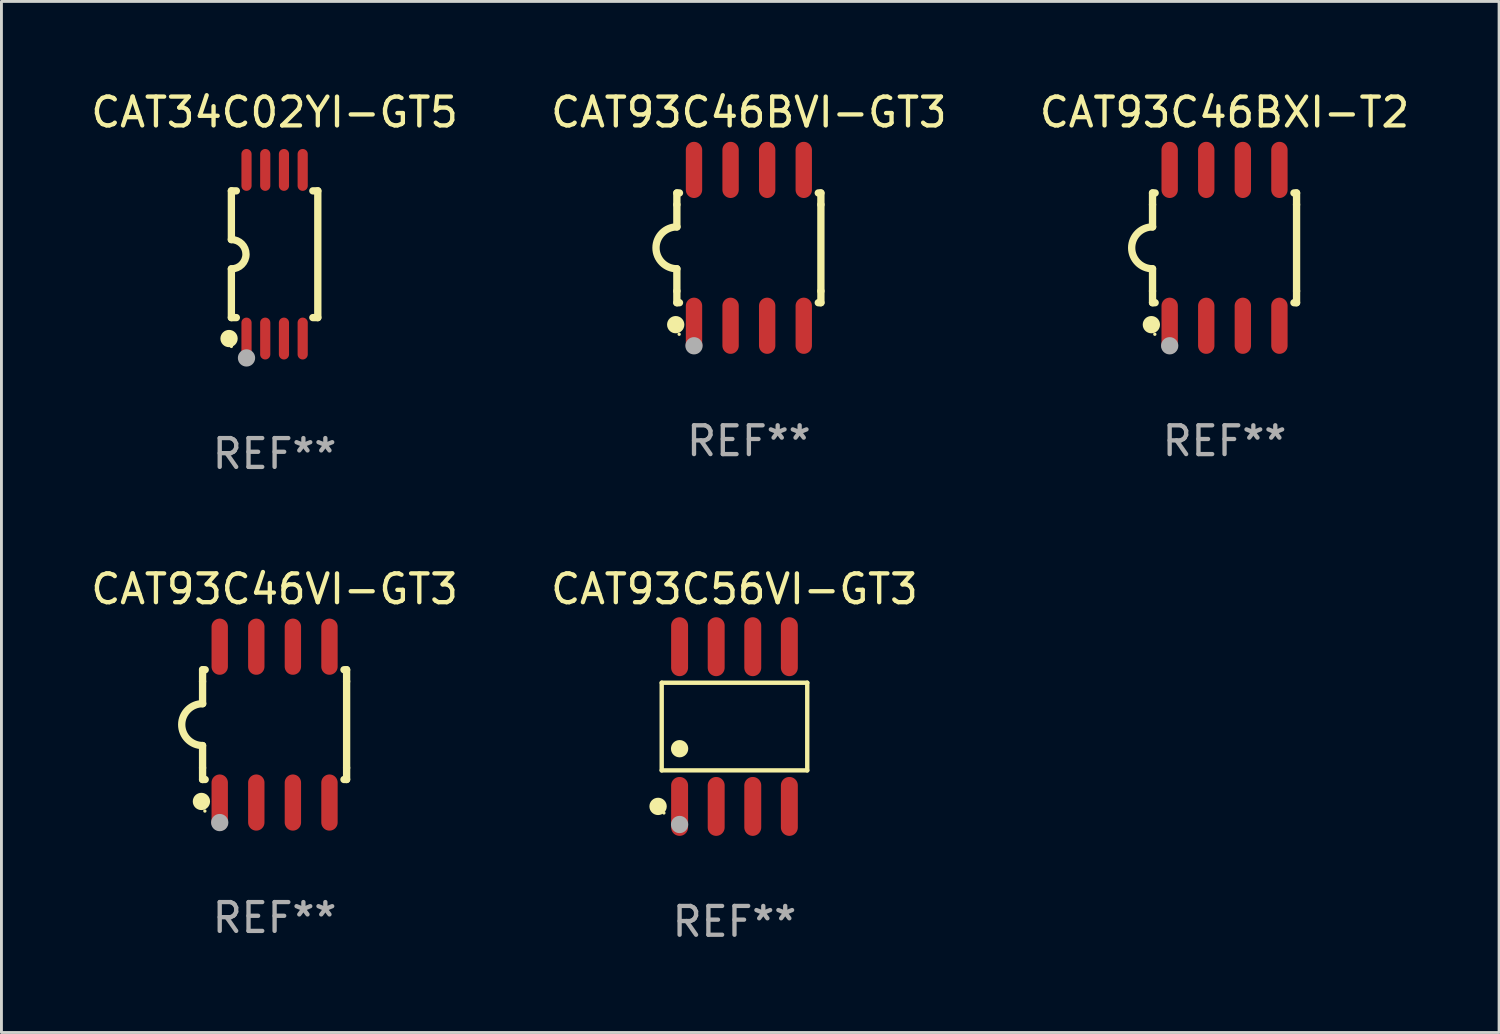
<source format=kicad_pcb>
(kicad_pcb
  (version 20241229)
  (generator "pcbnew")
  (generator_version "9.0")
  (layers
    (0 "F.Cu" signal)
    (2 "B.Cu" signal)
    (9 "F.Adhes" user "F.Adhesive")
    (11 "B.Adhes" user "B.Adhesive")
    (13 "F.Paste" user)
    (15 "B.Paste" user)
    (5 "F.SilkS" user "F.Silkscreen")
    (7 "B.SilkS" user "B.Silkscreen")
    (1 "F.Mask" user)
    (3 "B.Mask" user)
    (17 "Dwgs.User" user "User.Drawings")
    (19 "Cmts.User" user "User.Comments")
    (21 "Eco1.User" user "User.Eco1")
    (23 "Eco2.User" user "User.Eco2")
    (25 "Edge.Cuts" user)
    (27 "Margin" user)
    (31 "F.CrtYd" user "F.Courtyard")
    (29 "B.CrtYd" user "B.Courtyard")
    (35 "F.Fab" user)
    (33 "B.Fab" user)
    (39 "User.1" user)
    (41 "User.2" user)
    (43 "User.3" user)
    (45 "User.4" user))
  (footprint "CAT93C56VI-GT3"
    (layer "F.Cu")
    (at 22.446 22.171)
    (property "Reference" "CAT93C56VI-GT3" (at 0 -4.772 0) (layer "F.SilkS") (effects (font (size 1 1) (thickness 0.15))))
    (attr through_hole)
    (fp_line (start -2.526 -1.521) (end 2.526 -1.521) (stroke (width 0.152) (type solid)) (layer "F.SilkS"))
    (fp_line (start -2.526 1.521) (end -2.526 -1.521) (stroke (width 0.152) (type solid)) (layer "F.SilkS"))
    (fp_line (start 2.526 -1.521) (end 2.526 1.521) (stroke (width 0.152) (type solid)) (layer "F.SilkS"))
    (fp_line (start 2.526 1.521) (end -2.526 1.521) (stroke (width 0.152) (type solid)) (layer "F.SilkS"))
    (fp_circle (center -2.652 2.772) (end -2.501 2.772) (stroke (width 0.3) (type solid)) (fill no) (layer "F.SilkS"))
    (fp_circle (center -2.45 3) (end -2.42 3) (stroke (width 0.06) (type solid)) (fill no) (layer "F.SilkS"))
    (fp_circle (center -1.905 0.769) (end -1.755 0.769) (stroke (width 0.3) (type solid)) (fill no) (layer "F.SilkS"))
    (fp_circle (center -1.905 3.4) (end -1.755 3.4) (stroke (width 0.3) (type solid)) (fill no) (layer "F.Fab"))
    (fp_text user "REF**" (at 0 6.772 0) (layer "F.Fab") (effects (font (size 1 1) (thickness 0.15))))
    (pad "1" smd oval (at -1.905 2.772) (size 0.588 2.045) (layers "F.Cu" "F.Mask" "F.Paste"))
    (pad "2" smd oval (at -0.635 2.772) (size 0.588 2.045) (layers "F.Cu" "F.Mask" "F.Paste"))
    (pad "3" smd oval (at 0.635 2.772) (size 0.588 2.045) (layers "F.Cu" "F.Mask" "F.Paste"))
    (pad "4" smd oval (at 1.905 2.772) (size 0.588 2.045) (layers "F.Cu" "F.Mask" "F.Paste"))
    (pad "5" smd oval (at 1.905 -2.772) (size 0.588 2.045) (layers "F.Cu" "F.Mask" "F.Paste"))
    (pad "6" smd oval (at 0.635 -2.772) (size 0.588 2.045) (layers "F.Cu" "F.Mask" "F.Paste"))
    (pad "7" smd oval (at -0.635 -2.772) (size 0.588 2.045) (layers "F.Cu" "F.Mask" "F.Paste"))
    (pad "8" smd oval (at -1.905 -2.772) (size 0.588 2.045) (layers "F.Cu" "F.Mask" "F.Paste")))
  (footprint "CAT93C46BXI-T2"
    (layer "F.Cu")
    (at 39.458 5.553)
    (property "Reference" "CAT93C46BXI-T2" (at 0 -4.705 0) (layer "F.SilkS") (effects (font (size 1 1) (thickness 0.15))))
    (attr through_hole)
    (fp_line (start -2.5 -1.905) (end -2.409 -1.905) (stroke (width 0.254) (type solid)) (layer "F.SilkS"))
    (fp_line (start -2.5 -1.5) (end -2.5 -1.905) (stroke (width 0.254) (type solid)) (layer "F.SilkS"))
    (fp_line (start -2.5 -1.5) (end -2.5 -0.726) (stroke (width 0.254) (type solid)) (layer "F.SilkS"))
    (fp_line (start -2.5 1.5) (end -2.5 0.727) (stroke (width 0.254) (type solid)) (layer "F.SilkS"))
    (fp_line (start -2.5 1.5) (end -2.5 1.905) (stroke (width 0.254) (type solid)) (layer "F.SilkS"))
    (fp_line (start -2.5 1.905) (end -2.409 1.905) (stroke (width 0.254) (type solid)) (layer "F.SilkS"))
    (fp_line (start 2.5 -1.905) (end 2.409 -1.905) (stroke (width 0.254) (type solid)) (layer "F.SilkS"))
    (fp_line (start 2.5 -1.5) (end 2.5 -1.905) (stroke (width 0.254) (type solid)) (layer "F.SilkS"))
    (fp_line (start 2.5 -1.5) (end 2.5 1.5) (stroke (width 0.254) (type solid)) (layer "F.SilkS"))
    (fp_line (start 2.5 1.5) (end 2.5 1.905) (stroke (width 0.254) (type solid)) (layer "F.SilkS"))
    (fp_line (start 2.5 1.905) (end 2.409 1.905) (stroke (width 0.254) (type solid)) (layer "F.SilkS"))
    (fp_arc (start -2.5 0.726568) (mid -3.220316 -0.0023) (end -2.495097 -0.726289) (stroke (width 0.254001) (type solid)) (layer "F.SilkS"))
    (fp_circle (center -2.54 2.667) (end -2.39 2.667) (stroke (width 0.3) (type solid)) (fill no) (layer "F.SilkS"))
    (fp_circle (center -2.42 3) (end -2.39 3) (stroke (width 0.06) (type solid)) (fill no) (layer "F.SilkS"))
    (fp_circle (center -1.905 3.4) (end -1.755 3.4) (stroke (width 0.3) (type solid)) (fill no) (layer "F.Fab"))
    (fp_text user "REF**" (at 0 6.705 0) (layer "F.Fab") (effects (font (size 1 1) (thickness 0.15))))
    (pad "1" smd oval (at -1.905 2.705) (size 0.568 1.95) (layers "F.Cu" "F.Mask" "F.Paste"))
    (pad "2" smd oval (at -0.635 2.705) (size 0.568 1.95) (layers "F.Cu" "F.Mask" "F.Paste"))
    (pad "3" smd oval (at 0.635 2.705) (size 0.568 1.95) (layers "F.Cu" "F.Mask" "F.Paste"))
    (pad "4" smd oval (at 1.905 2.705) (size 0.568 1.95) (layers "F.Cu" "F.Mask" "F.Paste"))
    (pad "5" smd oval (at 1.905 -2.705) (size 0.568 1.95) (layers "F.Cu" "F.Mask" "F.Paste"))
    (pad "6" smd oval (at 0.635 -2.705) (size 0.568 1.95) (layers "F.Cu" "F.Mask" "F.Paste"))
    (pad "7" smd oval (at -0.635 -2.705) (size 0.568 1.95) (layers "F.Cu" "F.Mask" "F.Paste"))
    (pad "8" smd oval (at -1.905 -2.705) (size 0.568 1.95) (layers "F.Cu" "F.Mask" "F.Paste")))
  (footprint "CAT34C02YI-GT5"
    (layer "F.Cu")
    (at 6.482 5.775)
    (property "Reference" "CAT34C02YI-GT5" (at 0 -4.927 0) (layer "F.SilkS") (effects (font (size 1 1) (thickness 0.15))))
    (attr through_hole)
    (fp_line (start -1.5 -2.2) (end -1.5 -0.508) (stroke (width 0.254) (type solid)) (layer "F.SilkS"))
    (fp_line (start -1.5 -2.2) (end -1.328 -2.2) (stroke (width 0.254) (type solid)) (layer "F.SilkS"))
    (fp_line (start -1.5 2.2) (end -1.5 0.508) (stroke (width 0.254) (type solid)) (layer "F.SilkS"))
    (fp_line (start -1.5 2.2) (end -1.328 2.2) (stroke (width 0.254) (type solid)) (layer "F.SilkS"))
    (fp_line (start 1.328 -2.2) (end 1.5 -2.2) (stroke (width 0.254) (type solid)) (layer "F.SilkS"))
    (fp_line (start 1.328 2.2) (end 1.5 2.2) (stroke (width 0.254) (type solid)) (layer "F.SilkS"))
    (fp_line (start 1.5 -2.2) (end 1.5 2.2) (stroke (width 0.254) (type solid)) (layer "F.SilkS"))
    (fp_arc (start -1.501144 -0.508) (mid -0.993143 -0.000571) (end -1.5 0.508001) (stroke (width 0.254001) (type solid)) (layer "F.SilkS"))
    (fp_circle (center -1.581 2.927) (end -1.431 2.927) (stroke (width 0.3) (type solid)) (fill no) (layer "F.SilkS"))
    (fp_circle (center -1.5 3.2) (end -1.47 3.2) (stroke (width 0.06) (type solid)) (fill no) (layer "F.SilkS"))
    (fp_circle (center -0.975 3.6) (end -0.825 3.6) (stroke (width 0.3) (type solid)) (fill no) (layer "F.Fab"))
    (fp_text user "REF**" (at 0 6.927 0) (layer "F.Fab") (effects (font (size 1 1) (thickness 0.15))))
    (pad "1" smd oval (at -0.975 2.927) (size 0.353 1.454) (layers "F.Cu" "F.Mask" "F.Paste"))
    (pad "2" smd oval (at -0.325 2.927) (size 0.353 1.454) (layers "F.Cu" "F.Mask" "F.Paste"))
    (pad "3" smd oval (at 0.325 2.927) (size 0.353 1.454) (layers "F.Cu" "F.Mask" "F.Paste"))
    (pad "4" smd oval (at 0.975 2.927) (size 0.353 1.454) (layers "F.Cu" "F.Mask" "F.Paste"))
    (pad "5" smd oval (at 0.975 -2.927) (size 0.353 1.454) (layers "F.Cu" "F.Mask" "F.Paste"))
    (pad "6" smd oval (at 0.325 -2.927) (size 0.353 1.454) (layers "F.Cu" "F.Mask" "F.Paste"))
    (pad "7" smd oval (at -0.325 -2.927) (size 0.353 1.454) (layers "F.Cu" "F.Mask" "F.Paste"))
    (pad "8" smd oval (at -0.975 -2.927) (size 0.353 1.454) (layers "F.Cu" "F.Mask" "F.Paste")))
  (footprint "CAT93C46BVI-GT3"
    (layer "F.Cu")
    (at 22.946 5.553)
    (property "Reference" "CAT93C46BVI-GT3" (at 0 -4.705 0) (layer "F.SilkS") (effects (font (size 1 1) (thickness 0.15))))
    (attr through_hole)
    (fp_line (start -2.5 -1.905) (end -2.409 -1.905) (stroke (width 0.254) (type solid)) (layer "F.SilkS"))
    (fp_line (start -2.5 -1.5) (end -2.5 -1.905) (stroke (width 0.254) (type solid)) (layer "F.SilkS"))
    (fp_line (start -2.5 -1.5) (end -2.5 -0.726) (stroke (width 0.254) (type solid)) (layer "F.SilkS"))
    (fp_line (start -2.5 1.5) (end -2.5 0.727) (stroke (width 0.254) (type solid)) (layer "F.SilkS"))
    (fp_line (start -2.5 1.5) (end -2.5 1.905) (stroke (width 0.254) (type solid)) (layer "F.SilkS"))
    (fp_line (start -2.5 1.905) (end -2.409 1.905) (stroke (width 0.254) (type solid)) (layer "F.SilkS"))
    (fp_line (start 2.5 -1.905) (end 2.409 -1.905) (stroke (width 0.254) (type solid)) (layer "F.SilkS"))
    (fp_line (start 2.5 -1.5) (end 2.5 -1.905) (stroke (width 0.254) (type solid)) (layer "F.SilkS"))
    (fp_line (start 2.5 -1.5) (end 2.5 1.5) (stroke (width 0.254) (type solid)) (layer "F.SilkS"))
    (fp_line (start 2.5 1.5) (end 2.5 1.905) (stroke (width 0.254) (type solid)) (layer "F.SilkS"))
    (fp_line (start 2.5 1.905) (end 2.409 1.905) (stroke (width 0.254) (type solid)) (layer "F.SilkS"))
    (fp_arc (start -2.5 0.726568) (mid -3.220316 -0.0023) (end -2.495097 -0.726289) (stroke (width 0.254001) (type solid)) (layer "F.SilkS"))
    (fp_circle (center -2.54 2.667) (end -2.39 2.667) (stroke (width 0.3) (type solid)) (fill no) (layer "F.SilkS"))
    (fp_circle (center -2.42 3) (end -2.39 3) (stroke (width 0.06) (type solid)) (fill no) (layer "F.SilkS"))
    (fp_circle (center -1.905 3.4) (end -1.755 3.4) (stroke (width 0.3) (type solid)) (fill no) (layer "F.Fab"))
    (fp_text user "REF**" (at 0 6.705 0) (layer "F.Fab") (effects (font (size 1 1) (thickness 0.15))))
    (pad "1" smd oval (at -1.905 2.705) (size 0.568 1.95) (layers "F.Cu" "F.Mask" "F.Paste"))
    (pad "2" smd oval (at -0.635 2.705) (size 0.568 1.95) (layers "F.Cu" "F.Mask" "F.Paste"))
    (pad "3" smd oval (at 0.635 2.705) (size 0.568 1.95) (layers "F.Cu" "F.Mask" "F.Paste"))
    (pad "4" smd oval (at 1.905 2.705) (size 0.568 1.95) (layers "F.Cu" "F.Mask" "F.Paste"))
    (pad "5" smd oval (at 1.905 -2.705) (size 0.568 1.95) (layers "F.Cu" "F.Mask" "F.Paste"))
    (pad "6" smd oval (at 0.635 -2.705) (size 0.568 1.95) (layers "F.Cu" "F.Mask" "F.Paste"))
    (pad "7" smd oval (at -0.635 -2.705) (size 0.568 1.95) (layers "F.Cu" "F.Mask" "F.Paste"))
    (pad "8" smd oval (at -1.905 -2.705) (size 0.568 1.95) (layers "F.Cu" "F.Mask" "F.Paste")))
  (footprint "CAT93C46VI-GT3"
    (layer "F.Cu")
    (at 6.482 22.104)
    (property "Reference" "CAT93C46VI-GT3" (at 0 -4.705 0) (layer "F.SilkS") (effects (font (size 1 1) (thickness 0.15))))
    (attr through_hole)
    (fp_line (start -2.5 -1.905) (end -2.409 -1.905) (stroke (width 0.254) (type solid)) (layer "F.SilkS"))
    (fp_line (start -2.5 -1.5) (end -2.5 -1.905) (stroke (width 0.254) (type solid)) (layer "F.SilkS"))
    (fp_line (start -2.5 -1.5) (end -2.5 -0.726) (stroke (width 0.254) (type solid)) (layer "F.SilkS"))
    (fp_line (start -2.5 1.5) (end -2.5 0.727) (stroke (width 0.254) (type solid)) (layer "F.SilkS"))
    (fp_line (start -2.5 1.5) (end -2.5 1.905) (stroke (width 0.254) (type solid)) (layer "F.SilkS"))
    (fp_line (start -2.5 1.905) (end -2.409 1.905) (stroke (width 0.254) (type solid)) (layer "F.SilkS"))
    (fp_line (start 2.5 -1.905) (end 2.409 -1.905) (stroke (width 0.254) (type solid)) (layer "F.SilkS"))
    (fp_line (start 2.5 -1.5) (end 2.5 -1.905) (stroke (width 0.254) (type solid)) (layer "F.SilkS"))
    (fp_line (start 2.5 -1.5) (end 2.5 1.5) (stroke (width 0.254) (type solid)) (layer "F.SilkS"))
    (fp_line (start 2.5 1.5) (end 2.5 1.905) (stroke (width 0.254) (type solid)) (layer "F.SilkS"))
    (fp_line (start 2.5 1.905) (end 2.409 1.905) (stroke (width 0.254) (type solid)) (layer "F.SilkS"))
    (fp_arc (start -2.5 0.726568) (mid -3.220316 -0.0023) (end -2.495097 -0.726289) (stroke (width 0.254001) (type solid)) (layer "F.SilkS"))
    (fp_circle (center -2.54 2.667) (end -2.39 2.667) (stroke (width 0.3) (type solid)) (fill no) (layer "F.SilkS"))
    (fp_circle (center -2.42 3) (end -2.39 3) (stroke (width 0.06) (type solid)) (fill no) (layer "F.SilkS"))
    (fp_circle (center -1.905 3.4) (end -1.755 3.4) (stroke (width 0.3) (type solid)) (fill no) (layer "F.Fab"))
    (fp_text user "REF**" (at 0 6.705 0) (layer "F.Fab") (effects (font (size 1 1) (thickness 0.15))))
    (pad "1" smd oval (at -1.905 2.705) (size 0.568 1.95) (layers "F.Cu" "F.Mask" "F.Paste"))
    (pad "2" smd oval (at -0.635 2.705) (size 0.568 1.95) (layers "F.Cu" "F.Mask" "F.Paste"))
    (pad "3" smd oval (at 0.635 2.705) (size 0.568 1.95) (layers "F.Cu" "F.Mask" "F.Paste"))
    (pad "4" smd oval (at 1.905 2.705) (size 0.568 1.95) (layers "F.Cu" "F.Mask" "F.Paste"))
    (pad "5" smd oval (at 1.905 -2.705) (size 0.568 1.95) (layers "F.Cu" "F.Mask" "F.Paste"))
    (pad "6" smd oval (at 0.635 -2.705) (size 0.568 1.95) (layers "F.Cu" "F.Mask" "F.Paste"))
    (pad "7" smd oval (at -0.635 -2.705) (size 0.568 1.95) (layers "F.Cu" "F.Mask" "F.Paste"))
    (pad "8" smd oval (at -1.905 -2.705) (size 0.568 1.95) (layers "F.Cu" "F.Mask" "F.Paste")))
  (gr_rect
    (start -3 -3)
    (end 48.988 32.792)
    (stroke (width 0.1) (type default))
    (fill no)
    (layer "Edge.Cuts")))
</source>
